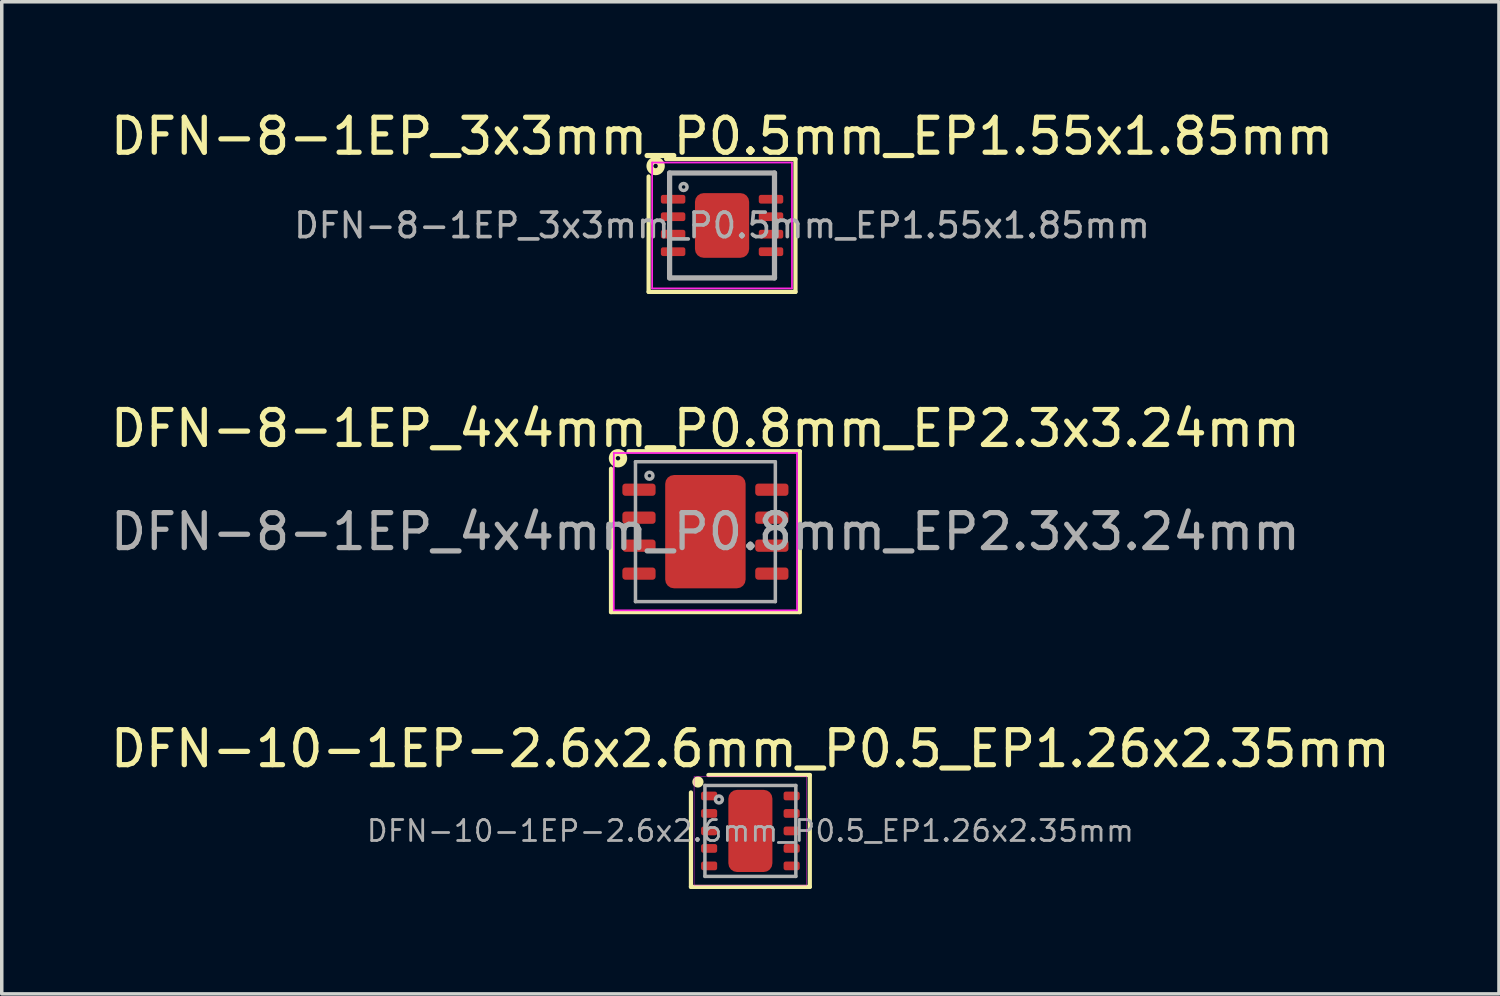
<source format=kicad_pcb>
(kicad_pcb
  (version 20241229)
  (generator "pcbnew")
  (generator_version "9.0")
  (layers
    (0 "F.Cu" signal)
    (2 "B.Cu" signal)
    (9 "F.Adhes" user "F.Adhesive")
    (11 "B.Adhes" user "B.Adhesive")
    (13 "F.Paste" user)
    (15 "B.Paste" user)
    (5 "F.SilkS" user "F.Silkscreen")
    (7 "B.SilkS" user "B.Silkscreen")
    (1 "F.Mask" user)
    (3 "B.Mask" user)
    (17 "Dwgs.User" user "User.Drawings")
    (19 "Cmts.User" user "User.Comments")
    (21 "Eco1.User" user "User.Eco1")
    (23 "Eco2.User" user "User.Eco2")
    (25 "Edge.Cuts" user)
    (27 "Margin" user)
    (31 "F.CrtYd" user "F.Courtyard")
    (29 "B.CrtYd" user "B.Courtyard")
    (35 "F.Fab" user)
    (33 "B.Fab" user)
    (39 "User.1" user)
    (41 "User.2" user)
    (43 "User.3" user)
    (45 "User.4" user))
  (footprint "DFN-10-1EP-2.6x2.6mm_P0.5_EP1.26x2.35mm"
    (layer "F.Cu")
    (at 18.411 20.715)
    (property "Reference" "DFN-10-1EP-2.6x2.6mm_P0.5_EP1.26x2.35mm" (at 0 -2.35 0) (unlocked yes) (layer "F.SilkS") (effects (font (size 1 1) (thickness 0.15))))
    (fp_line (start -1.7 1.6) (end -1.7 -1.1) (stroke (width 0.12) (type solid)) (layer "F.SilkS"))
    (fp_line (start -1.7 1.6) (end 1.7 1.6) (stroke (width 0.12) (type solid)) (layer "F.SilkS"))
    (fp_line (start 1.7 -1.6) (end -1.2 -1.6) (stroke (width 0.12) (type solid)) (layer "F.SilkS"))
    (fp_line (start 1.7 1.6) (end 1.7 -1.6) (stroke (width 0.12) (type solid)) (layer "F.SilkS"))
    (fp_circle (center -1.5 -1.4) (end -1.4 -1.4) (stroke (width 0.12) (type solid)) (fill yes) (layer "F.SilkS"))
    (fp_line (start -1.61 -1.55) (end -1.61 1.55) (stroke (width 0.013) (type solid)) (layer "F.CrtYd"))
    (fp_line (start -1.61 1.55) (end 1.61 1.55) (stroke (width 0.013) (type solid)) (layer "F.CrtYd"))
    (fp_line (start 1.61 -1.55) (end -1.61 -1.55) (stroke (width 0.013) (type solid)) (layer "F.CrtYd"))
    (fp_line (start 1.61 1.55) (end 1.61 -1.55) (stroke (width 0.013) (type solid)) (layer "F.CrtYd"))
    (fp_line (start -1.3 -1.3) (end 1.3 -1.3) (stroke (width 0.1) (type solid)) (layer "F.Fab"))
    (fp_line (start -1.3 1.3) (end -1.3 -1.3) (stroke (width 0.1) (type solid)) (layer "F.Fab"))
    (fp_line (start 1.3 -1.3) (end 1.3 1.3) (stroke (width 0.1) (type solid)) (layer "F.Fab"))
    (fp_line (start 1.3 1.3) (end -1.3 1.3) (stroke (width 0.1) (type solid)) (layer "F.Fab"))
    (fp_circle (center -0.9 -0.9) (end -0.8 -0.9) (stroke (width 0.1) (type solid)) (fill no) (layer "F.Fab"))
    (fp_text user "${REFERENCE}" (at 0 0 180) (layer "F.Fab") (effects (font (size 0.6 0.6) (thickness 0.08))))
    (pad "" smd roundrect (at -0.35 -0.6) (size 0.5 1) (layers "F.Paste") (roundrect_rratio 0.25))
    (pad "" smd roundrect (at -0.35 0.6) (size 0.5 1) (layers "F.Paste") (roundrect_rratio 0.25))
    (pad "" smd roundrect (at 0.35 -0.6) (size 0.5 1) (layers "F.Paste") (roundrect_rratio 0.25))
    (pad "" smd roundrect (at 0.35 0.6) (size 0.5 1) (layers "F.Paste") (roundrect_rratio 0.25))
    (pad "1" smd roundrect (at -1.18 -1) (size 0.46 0.25) (layers "F.Cu" "F.Mask" "F.Paste") (roundrect_rratio 0.25))
    (pad "2" smd roundrect (at -1.18 -0.5) (size 0.46 0.25) (layers "F.Cu" "F.Mask" "F.Paste") (roundrect_rratio 0.25))
    (pad "3" smd roundrect (at -1.18 0) (size 0.46 0.25) (layers "F.Cu" "F.Mask" "F.Paste") (roundrect_rratio 0.25))
    (pad "4" smd roundrect (at -1.18 0.5) (size 0.46 0.25) (layers "F.Cu" "F.Mask" "F.Paste") (roundrect_rratio 0.25))
    (pad "5" smd roundrect (at -1.18 1) (size 0.46 0.25) (layers "F.Cu" "F.Mask" "F.Paste") (roundrect_rratio 0.25))
    (pad "6" smd roundrect (at 1.18 1) (size 0.46 0.25) (layers "F.Cu" "F.Mask" "F.Paste") (roundrect_rratio 0.25))
    (pad "7" smd roundrect (at 1.18 0.5) (size 0.46 0.25) (layers "F.Cu" "F.Mask" "F.Paste") (roundrect_rratio 0.25))
    (pad "8" smd roundrect (at 1.18 0) (size 0.46 0.25) (layers "F.Cu" "F.Mask" "F.Paste") (roundrect_rratio 0.25))
    (pad "9" smd roundrect (at 1.18 -0.5) (size 0.46 0.25) (layers "F.Cu" "F.Mask" "F.Paste") (roundrect_rratio 0.25))
    (pad "10" smd roundrect (at 1.18 -1) (size 0.46 0.25) (layers "F.Cu" "F.Mask" "F.Paste") (roundrect_rratio 0.25))
    (pad "11" smd roundrect (at 0 0) (size 1.26 2.35) (layers "F.Cu" "F.Mask") (roundrect_rratio 0.198)))
  (footprint "DFN-8-1EP_3x3mm_P0.5mm_EP1.55x1.85mm"
    (layer "F.Cu")
    (at 17.601 3.398)
    (property "Reference" "DFN-8-1EP_3x3mm_P0.5mm_EP1.55x1.85mm" (at 0 -2.55 0) (layer "F.SilkS") (effects (font (size 1 1) (thickness 0.15))))
    (attr smd)
    (fp_line (start -2.1 1.9) (end -2.1 -1.4) (stroke (width 0.12) (type solid)) (layer "F.SilkS"))
    (fp_line (start -1.6 -1.9) (end 2.1 -1.9) (stroke (width 0.12) (type solid)) (layer "F.SilkS"))
    (fp_line (start 2.1 -1.9) (end 2.1 1.9) (stroke (width 0.12) (type solid)) (layer "F.SilkS"))
    (fp_line (start 2.1 1.9) (end -2.1 1.9) (stroke (width 0.12) (type solid)) (layer "F.SilkS"))
    (fp_circle (center -1.9 -1.7) (end -1.837 -1.7) (stroke (width 0.2) (type solid)) (fill no) (layer "F.SilkS"))
    (fp_line (start -2 -1.8) (end -2 1.8) (stroke (width 0.05) (type solid)) (layer "F.CrtYd"))
    (fp_line (start -2 -1.8) (end 2 -1.8) (stroke (width 0.05) (type solid)) (layer "F.CrtYd"))
    (fp_line (start -2 1.8) (end 2 1.8) (stroke (width 0.05) (type solid)) (layer "F.CrtYd"))
    (fp_line (start 2 -1.8) (end 2 1.8) (stroke (width 0.05) (type solid)) (layer "F.CrtYd"))
    (fp_line (start -1.5 -1.5) (end 1.5 -1.5) (stroke (width 0.15) (type solid)) (layer "F.Fab"))
    (fp_line (start -1.5 1.5) (end -1.5 -1.5) (stroke (width 0.15) (type solid)) (layer "F.Fab"))
    (fp_line (start 1.5 -1.5) (end 1.5 1.5) (stroke (width 0.15) (type solid)) (layer "F.Fab"))
    (fp_line (start 1.5 1.5) (end -1.5 1.5) (stroke (width 0.15) (type solid)) (layer "F.Fab"))
    (fp_circle (center -1.1 -1.1) (end -1 -1.1) (stroke (width 0.1) (type solid)) (fill no) (layer "F.Fab"))
    (fp_text user "${REFERENCE}" (at 0 0 0) (layer "F.Fab") (effects (font (size 0.7 0.7) (thickness 0.105))))
    (pad "" smd roundrect (at -0.356 -0.457) (size 0.55 0.7) (layers "F.Paste") (roundrect_rratio 0.25))
    (pad "" smd roundrect (at -0.356 0.457) (size 0.55 0.7) (layers "F.Paste") (roundrect_rratio 0.25))
    (pad "" smd roundrect (at 0.356 -0.457) (size 0.55 0.7) (layers "F.Paste") (roundrect_rratio 0.25))
    (pad "" smd roundrect (at 0.356 0.457) (size 0.55 0.7) (layers "F.Paste") (roundrect_rratio 0.25))
    (pad "1" smd roundrect (at -1.4 -0.75) (size 0.7 0.25) (layers "F.Cu" "F.Mask" "F.Paste") (roundrect_rratio 0.25))
    (pad "2" smd roundrect (at -1.4 -0.25) (size 0.7 0.25) (layers "F.Cu" "F.Mask" "F.Paste") (roundrect_rratio 0.25))
    (pad "3" smd roundrect (at -1.4 0.25) (size 0.7 0.25) (layers "F.Cu" "F.Mask" "F.Paste") (roundrect_rratio 0.25))
    (pad "4" smd roundrect (at -1.4 0.75) (size 0.7 0.25) (layers "F.Cu" "F.Mask" "F.Paste") (roundrect_rratio 0.25))
    (pad "5" smd roundrect (at 1.4 0.75) (size 0.7 0.25) (layers "F.Cu" "F.Mask" "F.Paste") (roundrect_rratio 0.25))
    (pad "6" smd roundrect (at 1.4 0.25) (size 0.7 0.25) (layers "F.Cu" "F.Mask" "F.Paste") (roundrect_rratio 0.25))
    (pad "7" smd roundrect (at 1.4 -0.25) (size 0.7 0.25) (layers "F.Cu" "F.Mask" "F.Paste") (roundrect_rratio 0.25))
    (pad "8" smd roundrect (at 1.4 -0.75) (size 0.7 0.25) (layers "F.Cu" "F.Mask" "F.Paste") (roundrect_rratio 0.25))
    (pad "9" smd roundrect (at 0 0) (size 1.55 1.85) (layers "F.Cu" "F.Mask") (roundrect_rratio 0.161)))
  (footprint "DFN-8-1EP_4x4mm_P0.8mm_EP2.3x3.24mm"
    (layer "F.Cu")
    (at 17.125 12.156)
    (property "Reference" "DFN-8-1EP_4x4mm_P0.8mm_EP2.3x3.24mm" (at 0 -2.95 0) (layer "F.SilkS") (effects (font (size 1 1) (thickness 0.15))))
    (attr smd)
    (fp_line (start -2.7 2.3) (end -2.7 -1.8) (stroke (width 0.12) (type solid)) (layer "F.SilkS"))
    (fp_line (start -2.2 -2.3) (end 2.7 -2.3) (stroke (width 0.12) (type solid)) (layer "F.SilkS"))
    (fp_line (start 2.7 -2.3) (end 2.7 2.3) (stroke (width 0.12) (type solid)) (layer "F.SilkS"))
    (fp_line (start 2.7 2.3) (end -2.7 2.3) (stroke (width 0.12) (type solid)) (layer "F.SilkS"))
    (fp_circle (center -2.5 -2.1) (end -2.437 -2.1) (stroke (width 0.2) (type solid)) (fill no) (layer "F.SilkS"))
    (fp_line (start -2.62 -2.25) (end -2.62 2.25) (stroke (width 0.05) (type solid)) (layer "F.CrtYd"))
    (fp_line (start -2.62 2.25) (end 2.62 2.25) (stroke (width 0.05) (type solid)) (layer "F.CrtYd"))
    (fp_line (start 2.62 -2.25) (end -2.62 -2.25) (stroke (width 0.05) (type solid)) (layer "F.CrtYd"))
    (fp_line (start 2.62 2.25) (end 2.62 -2.25) (stroke (width 0.05) (type solid)) (layer "F.CrtYd"))
    (fp_line (start -2 -2) (end 2 -2) (stroke (width 0.1) (type solid)) (layer "F.Fab"))
    (fp_line (start -2 2) (end -2 -2) (stroke (width 0.1) (type solid)) (layer "F.Fab"))
    (fp_line (start 2 -2) (end 2 2) (stroke (width 0.1) (type solid)) (layer "F.Fab"))
    (fp_line (start 2 2) (end -2 2) (stroke (width 0.1) (type solid)) (layer "F.Fab"))
    (fp_circle (center -1.6 -1.6) (end -1.5 -1.6) (stroke (width 0.1) (type solid)) (fill no) (layer "F.Fab"))
    (fp_text user "${REFERENCE}" (at 0 0 0) (layer "F.Fab") (effects (font (size 1 1) (thickness 0.15))))
    (pad "" smd roundrect (at -0.575 -0.81) (size 0.93 1.31) (layers "F.Paste") (roundrect_rratio 0.25))
    (pad "" smd roundrect (at -0.575 0.81) (size 0.93 1.31) (layers "F.Paste") (roundrect_rratio 0.25))
    (pad "" smd roundrect (at 0.575 -0.81) (size 0.93 1.31) (layers "F.Paste") (roundrect_rratio 0.25))
    (pad "" smd roundrect (at 0.575 0.81) (size 0.93 1.31) (layers "F.Paste") (roundrect_rratio 0.25))
    (pad "1" smd roundrect (at -1.9 -1.2) (size 0.95 0.35) (layers "F.Cu" "F.Mask" "F.Paste") (roundrect_rratio 0.25))
    (pad "2" smd roundrect (at -1.9 -0.4) (size 0.95 0.35) (layers "F.Cu" "F.Mask" "F.Paste") (roundrect_rratio 0.25))
    (pad "3" smd roundrect (at -1.9 0.4) (size 0.95 0.35) (layers "F.Cu" "F.Mask" "F.Paste") (roundrect_rratio 0.25))
    (pad "4" smd roundrect (at -1.9 1.2) (size 0.95 0.35) (layers "F.Cu" "F.Mask" "F.Paste") (roundrect_rratio 0.25))
    (pad "5" smd roundrect (at 1.9 1.2) (size 0.95 0.35) (layers "F.Cu" "F.Mask" "F.Paste") (roundrect_rratio 0.25))
    (pad "6" smd roundrect (at 1.9 0.4) (size 0.95 0.35) (layers "F.Cu" "F.Mask" "F.Paste") (roundrect_rratio 0.25))
    (pad "7" smd roundrect (at 1.9 -0.4) (size 0.95 0.35) (layers "F.Cu" "F.Mask" "F.Paste") (roundrect_rratio 0.25))
    (pad "8" smd roundrect (at 1.9 -1.2) (size 0.95 0.35) (layers "F.Cu" "F.Mask" "F.Paste") (roundrect_rratio 0.25))
    (pad "9" smd roundrect (at 0 0) (size 2.3 3.24) (layers "F.Cu" "F.Mask") (roundrect_rratio 0.109)))
  (gr_rect
    (start -3 -3)
    (end 39.821 25.375)
    (stroke (width 0.1) (type default))
    (fill no)
    (layer "Edge.Cuts")))
</source>
